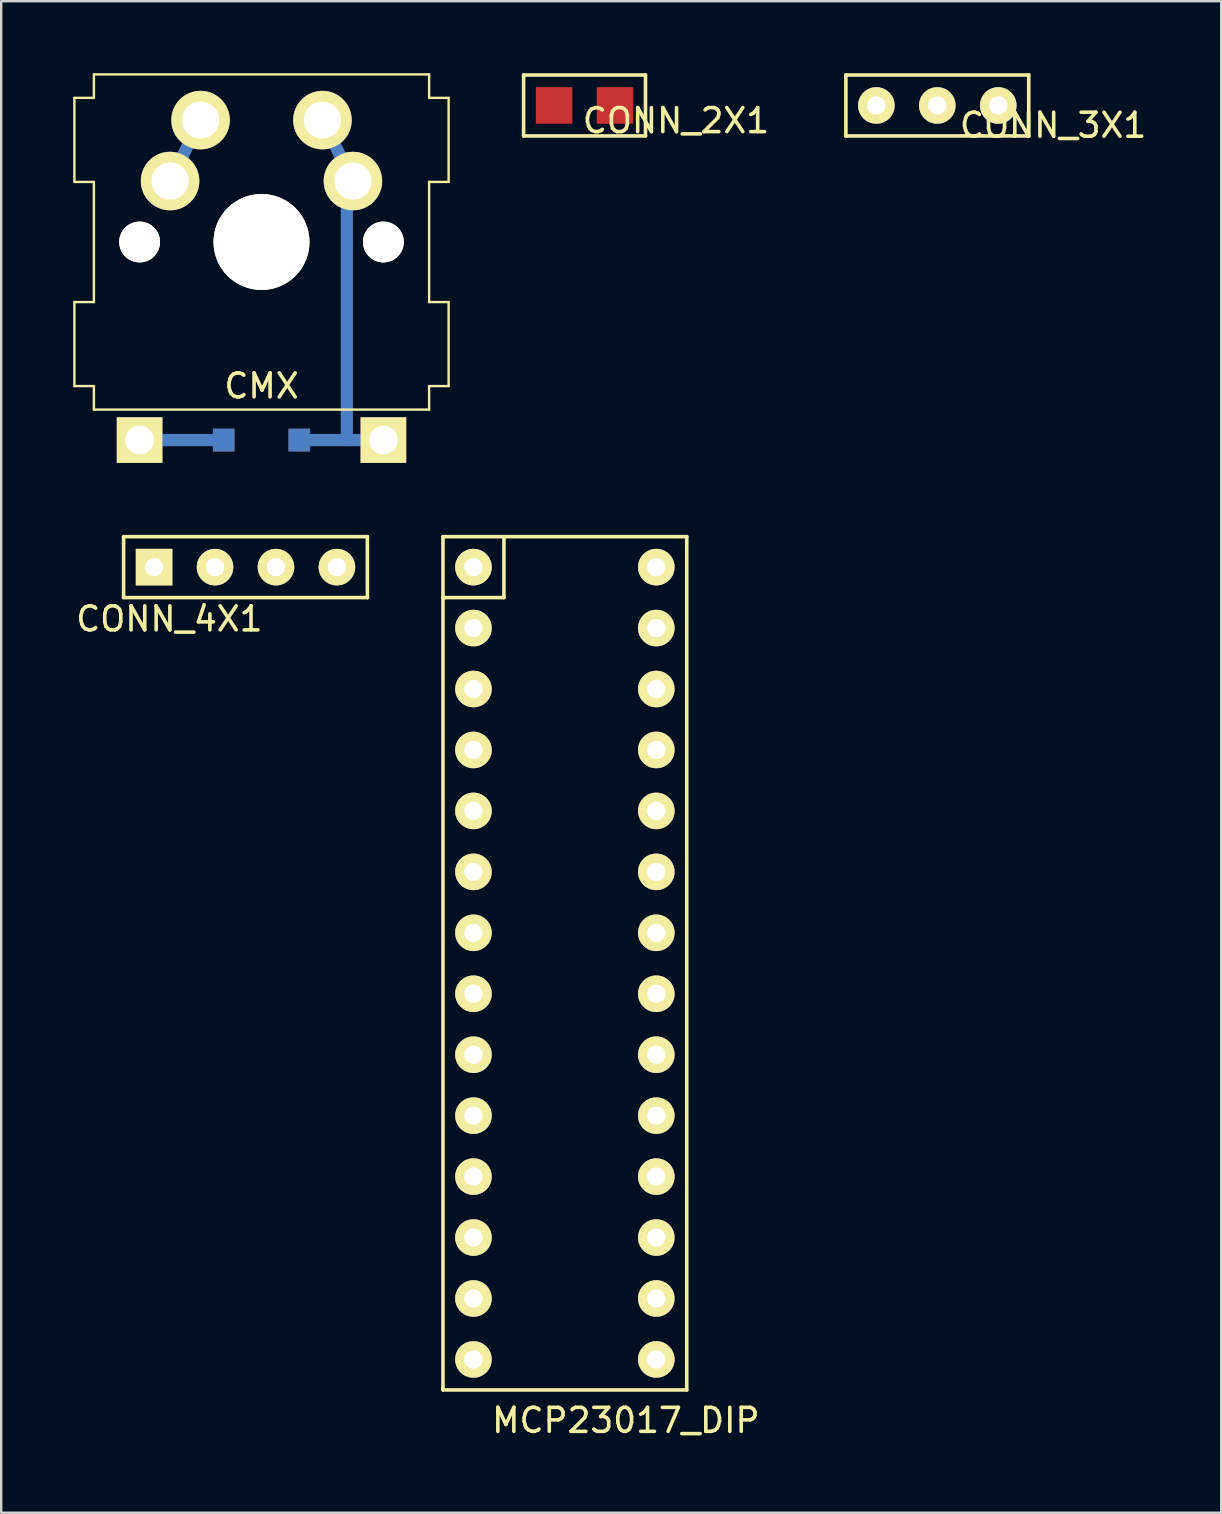
<source format=kicad_pcb>
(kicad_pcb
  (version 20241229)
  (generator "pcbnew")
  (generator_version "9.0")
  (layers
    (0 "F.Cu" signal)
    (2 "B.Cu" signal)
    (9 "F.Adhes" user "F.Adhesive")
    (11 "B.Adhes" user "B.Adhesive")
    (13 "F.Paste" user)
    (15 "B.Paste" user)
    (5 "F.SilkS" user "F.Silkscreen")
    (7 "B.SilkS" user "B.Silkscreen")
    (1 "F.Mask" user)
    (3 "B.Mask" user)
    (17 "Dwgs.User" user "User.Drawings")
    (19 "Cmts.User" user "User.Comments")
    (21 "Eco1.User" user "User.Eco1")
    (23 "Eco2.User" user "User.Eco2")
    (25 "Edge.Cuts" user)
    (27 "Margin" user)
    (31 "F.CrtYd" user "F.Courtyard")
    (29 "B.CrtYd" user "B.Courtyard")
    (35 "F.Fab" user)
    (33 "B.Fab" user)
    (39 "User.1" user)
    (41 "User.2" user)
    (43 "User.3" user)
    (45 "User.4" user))
  (footprint "CONN_4X1"
    (layer "F.Cu")
    (at 5.911 20.585)
    (property "Reference" "CONN_4X1" (at -1.905 2.159 0) (layer "F.SilkS") (effects (font (size 1 1) (thickness 0.15))))
    (attr through_hole)
    (fp_line (start -3.81 -1.27) (end -3.81 1.27) (stroke (width 0.15) (type solid)) (layer "F.SilkS"))
    (fp_line (start -3.81 1.27) (end 6.35 1.27) (stroke (width 0.15) (type solid)) (layer "F.SilkS"))
    (fp_line (start 6.35 -1.27) (end -3.81 -1.27) (stroke (width 0.15) (type solid)) (layer "F.SilkS"))
    (fp_line (start 6.35 1.27) (end 6.35 -1.27) (stroke (width 0.15) (type solid)) (layer "F.SilkS"))
    (pad "1" thru_hole rect (at -2.54 0) (size 1.524 1.524) (drill 0.762) (layers "*.Cu" "*.Mask" "F.SilkS"))
    (pad "2" thru_hole circle (at 0 0) (size 1.524 1.524) (drill 0.762) (layers "*.Cu" "*.Mask" "F.SilkS"))
    (pad "3" thru_hole circle (at 2.54 0) (size 1.524 1.524) (drill 0.762) (layers "*.Cu" "*.Mask" "F.SilkS"))
    (pad "4" thru_hole circle (at 5.08 0) (size 1.524 1.524) (drill 0.762) (layers "*.Cu" "*.Mask" "F.SilkS")))
  (footprint "MCP23017_DIP"
    (layer "F.Cu")
    (at 20.491 37.095)
    (property "Reference" "MCP23017_DIP" (at 2.54 19.05 180) (layer "F.SilkS") (effects (font (size 1 1) (thickness 0.15))))
    (attr through_hole)
    (fp_line (start -5.08 -17.78) (end -5.08 17.78) (stroke (width 0.15) (type solid)) (layer "F.SilkS"))
    (fp_line (start -5.08 -15.24) (end -2.54 -15.24) (stroke (width 0.15) (type solid)) (layer "F.SilkS"))
    (fp_line (start -5.08 17.78) (end 5.08 17.78) (stroke (width 0.15) (type solid)) (layer "F.SilkS"))
    (fp_line (start -2.54 -15.24) (end -2.54 -17.78) (stroke (width 0.15) (type solid)) (layer "F.SilkS"))
    (fp_line (start 5.08 -17.78) (end -5.08 -17.78) (stroke (width 0.15) (type solid)) (layer "F.SilkS"))
    (fp_line (start 5.08 17.78) (end 5.08 -17.78) (stroke (width 0.15) (type solid)) (layer "F.SilkS"))
    (pad "1" thru_hole circle (at -3.81 -16.51) (size 1.524 1.524) (drill 0.762) (layers "*.Cu" "*.Mask" "F.SilkS"))
    (pad "2" thru_hole circle (at -3.81 -13.97) (size 1.524 1.524) (drill 0.762) (layers "*.Cu" "*.Mask" "F.SilkS"))
    (pad "3" thru_hole circle (at -3.81 -11.43) (size 1.524 1.524) (drill 0.762) (layers "*.Cu" "*.Mask" "F.SilkS"))
    (pad "4" thru_hole circle (at -3.81 -8.89) (size 1.524 1.524) (drill 0.762) (layers "*.Cu" "*.Mask" "F.SilkS"))
    (pad "5" thru_hole circle (at -3.81 -6.35) (size 1.524 1.524) (drill 0.762) (layers "*.Cu" "*.Mask" "F.SilkS"))
    (pad "6" thru_hole circle (at -3.81 -3.81) (size 1.524 1.524) (drill 0.762) (layers "*.Cu" "*.Mask" "F.SilkS"))
    (pad "7" thru_hole circle (at -3.81 -1.27) (size 1.524 1.524) (drill 0.762) (layers "*.Cu" "*.Mask" "F.SilkS"))
    (pad "8" thru_hole circle (at -3.81 1.27) (size 1.524 1.524) (drill 0.762) (layers "*.Cu" "*.Mask" "F.SilkS"))
    (pad "9" thru_hole circle (at -3.81 3.81) (size 1.524 1.524) (drill 0.762) (layers "*.Cu" "*.Mask" "F.SilkS"))
    (pad "10" thru_hole circle (at -3.81 6.35) (size 1.524 1.524) (drill 0.762) (layers "*.Cu" "*.Mask" "F.SilkS"))
    (pad "11" thru_hole circle (at -3.81 8.89) (size 1.524 1.524) (drill 0.762) (layers "*.Cu" "*.Mask" "F.SilkS"))
    (pad "12" thru_hole circle (at -3.81 11.43) (size 1.524 1.524) (drill 0.762) (layers "*.Cu" "*.Mask" "F.SilkS"))
    (pad "13" thru_hole circle (at -3.81 13.97) (size 1.524 1.524) (drill 0.762) (layers "*.Cu" "*.Mask" "F.SilkS"))
    (pad "14" thru_hole circle (at -3.81 16.51) (size 1.524 1.524) (drill 0.762) (layers "*.Cu" "*.Mask" "F.SilkS"))
    (pad "15" thru_hole circle (at 3.81 16.51) (size 1.524 1.524) (drill 0.762) (layers "*.Cu" "*.Mask" "F.SilkS"))
    (pad "16" thru_hole circle (at 3.81 13.97) (size 1.524 1.524) (drill 0.762) (layers "*.Cu" "*.Mask" "F.SilkS"))
    (pad "17" thru_hole circle (at 3.81 11.43) (size 1.524 1.524) (drill 0.762) (layers "*.Cu" "*.Mask" "F.SilkS"))
    (pad "18" thru_hole circle (at 3.81 8.89) (size 1.524 1.524) (drill 0.762) (layers "*.Cu" "*.Mask" "F.SilkS"))
    (pad "19" thru_hole circle (at 3.81 6.35) (size 1.524 1.524) (drill 0.762) (layers "*.Cu" "*.Mask" "F.SilkS"))
    (pad "20" thru_hole circle (at 3.81 3.81) (size 1.524 1.524) (drill 0.762) (layers "*.Cu" "*.Mask" "F.SilkS"))
    (pad "21" thru_hole circle (at 3.81 1.27) (size 1.524 1.524) (drill 0.762) (layers "*.Cu" "*.Mask" "F.SilkS"))
    (pad "22" thru_hole circle (at 3.81 -1.27) (size 1.524 1.524) (drill 0.762) (layers "*.Cu" "*.Mask" "F.SilkS"))
    (pad "23" thru_hole circle (at 3.81 -3.81) (size 1.524 1.524) (drill 0.762) (layers "*.Cu" "*.Mask" "F.SilkS"))
    (pad "24" thru_hole circle (at 3.81 -6.35) (size 1.524 1.524) (drill 0.762) (layers "*.Cu" "*.Mask" "F.SilkS"))
    (pad "25" thru_hole circle (at 3.81 -8.89) (size 1.524 1.524) (drill 0.762) (layers "*.Cu" "*.Mask" "F.SilkS"))
    (pad "26" thru_hole circle (at 3.81 -11.43) (size 1.524 1.524) (drill 0.762) (layers "*.Cu" "*.Mask" "F.SilkS"))
    (pad "27" thru_hole circle (at 3.81 -13.97) (size 1.524 1.524) (drill 0.762) (layers "*.Cu" "*.Mask" "F.SilkS"))
    (pad "28" thru_hole circle (at 3.81 -16.51) (size 1.524 1.524) (drill 0.762) (layers "*.Cu" "*.Mask" "F.SilkS")))
  (footprint "CMX"
    (layer "F.Cu")
    (at 7.848 7.035)
    (property "Reference" "CMX" (at 0 6 0) (layer "F.SilkS") (effects (font (size 1 1) (thickness 0.15))))
    (attr through_hole)
    (fp_line (start -5.08 8.255) (end -1.905 8.255) (stroke (width 0.508) (type solid)) (layer "F.Cu"))
    (fp_line (start 5.08 8.255) (end 1.905 8.255) (stroke (width 0.508) (type solid)) (layer "F.Cu"))
    (fp_line (start -5.08 8.255) (end -1.905 8.255) (stroke (width 0.508) (type solid)) (layer "B.Cu"))
    (fp_line (start -2.54 -5.08) (end -3.81 -2.54) (stroke (width 0.508) (type solid)) (layer "B.Cu"))
    (fp_line (start 2.54 -5.08) (end 3.81 -2.54) (stroke (width 0.508) (type solid)) (layer "B.Cu"))
    (fp_line (start 3.556 -2.54) (end 3.556 8.255) (stroke (width 0.508) (type solid)) (layer "B.Cu"))
    (fp_line (start 5.08 8.255) (end 1.905 8.255) (stroke (width 0.508) (type solid)) (layer "B.Cu"))
    (fp_line (start -7.798 -6.005) (end -7.798 -2.504) (stroke (width 0.1) (type solid)) (layer "F.SilkS"))
    (fp_line (start -7.798 -2.504) (end -6.985 -2.504) (stroke (width 0.1) (type solid)) (layer "F.SilkS"))
    (fp_line (start -7.798 2.504) (end -7.798 6.005) (stroke (width 0.1) (type solid)) (layer "F.SilkS"))
    (fp_line (start -7.798 6.005) (end -6.985 6.005) (stroke (width 0.1) (type solid)) (layer "F.SilkS"))
    (fp_line (start -6.985 -6.985) (end -6.985 -6.005) (stroke (width 0.1) (type solid)) (layer "F.SilkS"))
    (fp_line (start -6.985 -6.005) (end -7.798 -6.005) (stroke (width 0.1) (type solid)) (layer "F.SilkS"))
    (fp_line (start -6.985 -2.504) (end -6.985 2.504) (stroke (width 0.1) (type solid)) (layer "F.SilkS"))
    (fp_line (start -6.985 2.504) (end -7.798 2.504) (stroke (width 0.1) (type solid)) (layer "F.SilkS"))
    (fp_line (start -6.985 6.005) (end -6.985 6.985) (stroke (width 0.1) (type solid)) (layer "F.SilkS"))
    (fp_line (start -6.985 6.985) (end 6.985 6.985) (stroke (width 0.1) (type solid)) (layer "F.SilkS"))
    (fp_line (start 6.985 -6.985) (end -6.985 -6.985) (stroke (width 0.1) (type solid)) (layer "F.SilkS"))
    (fp_line (start 6.985 -6.005) (end 6.985 -6.985) (stroke (width 0.1) (type solid)) (layer "F.SilkS"))
    (fp_line (start 6.985 -2.504) (end 7.798 -2.504) (stroke (width 0.1) (type solid)) (layer "F.SilkS"))
    (fp_line (start 6.985 2.504) (end 6.985 -2.504) (stroke (width 0.1) (type solid)) (layer "F.SilkS"))
    (fp_line (start 6.985 6.005) (end 7.798 6.005) (stroke (width 0.1) (type solid)) (layer "F.SilkS"))
    (fp_line (start 6.985 6.985) (end 6.985 6.005) (stroke (width 0.1) (type solid)) (layer "F.SilkS"))
    (fp_line (start 7.798 -6.005) (end 6.985 -6.005) (stroke (width 0.1) (type solid)) (layer "F.SilkS"))
    (fp_line (start 7.798 -2.504) (end 7.798 -6.005) (stroke (width 0.1) (type solid)) (layer "F.SilkS"))
    (fp_line (start 7.798 2.504) (end 6.985 2.504) (stroke (width 0.1) (type solid)) (layer "F.SilkS"))
    (fp_line (start 7.798 6.005) (end 7.798 2.504) (stroke (width 0.1) (type solid)) (layer "F.SilkS"))
    (pad "" np_thru_hole circle (at -5.08 0) (size 1.702 1.702) (drill 1.702) (layers "*.Cu" "*.Mask" "F.SilkS"))
    (pad "" thru_hole circle (at -3.81 -2.54) (size 2.438 2.438) (drill 1.549) (layers "*.Cu" "*.Mask" "F.SilkS"))
    (pad "" smd rect (at -1.575 8.255) (size 0.9 0.95) (layers "F.Cu" "F.Mask" "F.Paste"))
    (pad "" smd rect (at -1.575 8.255) (size 0.9 0.95) (layers "B.Cu" "B.Mask" "B.Paste"))
    (pad "" np_thru_hole circle (at 0 0) (size 4 4) (drill 4) (layers "*.Cu" "*.Mask" "F.SilkS"))
    (pad "" smd rect (at 1.575 8.255) (size 0.9 0.95) (layers "F.Cu" "F.Mask" "F.Paste"))
    (pad "" smd rect (at 1.575 8.255) (size 0.9 0.95) (layers "B.Cu" "B.Mask" "B.Paste"))
    (pad "" thru_hole circle (at 2.54 -5.08) (size 2.438 2.438) (drill 1.549) (layers "*.Cu" "*.Mask" "F.SilkS"))
    (pad "" thru_hole circle (at 3.81 -2.54) (size 2.438 2.438) (drill 1.549) (layers "*.Cu" "*.Mask" "F.SilkS"))
    (pad "" np_thru_hole circle (at 5.08 0) (size 1.702 1.702) (drill 1.702) (layers "*.Cu" "*.Mask" "F.SilkS"))
    (pad "" thru_hole rect (at 5.08 8.255) (size 1.9 1.9) (drill 1.2) (layers "*.Cu" "*.Mask" "F.SilkS"))
    (pad "1" thru_hole circle (at -2.54 -5.08) (size 2.438 2.438) (drill 1.549) (layers "*.Cu" "*.Mask" "F.SilkS"))
    (pad "2" thru_hole rect (at -5.08 8.255) (size 1.9 1.9) (drill 1.2) (layers "*.Cu" "*.Mask" "F.SilkS")))
  (footprint "CONN_3X1"
    (layer "F.Cu")
    (at 36.012 1.345)
    (property "Reference" "CONN_3X1" (at 4.826 0.826 0) (layer "F.SilkS") (effects (font (size 1 1) (thickness 0.15))))
    (attr through_hole)
    (fp_line (start -3.81 -1.27) (end -3.81 1.27) (stroke (width 0.15) (type solid)) (layer "F.SilkS"))
    (fp_line (start -3.81 1.27) (end 3.81 1.27) (stroke (width 0.15) (type solid)) (layer "F.SilkS"))
    (fp_line (start 3.81 -1.27) (end -3.81 -1.27) (stroke (width 0.15) (type solid)) (layer "F.SilkS"))
    (fp_line (start 3.81 1.27) (end 3.81 -1.27) (stroke (width 0.15) (type solid)) (layer "F.SilkS"))
    (pad "1" thru_hole circle (at -2.54 0) (size 1.524 1.524) (drill 0.762) (layers "*.Cu" "*.Mask" "F.SilkS"))
    (pad "2" thru_hole circle (at 0 0) (size 1.524 1.524) (drill 0.762) (layers "*.Cu" "*.Mask" "F.SilkS"))
    (pad "3" thru_hole circle (at 2.54 0) (size 1.524 1.524) (drill 0.762) (layers "*.Cu" "*.Mask" "F.SilkS")))
  (footprint "CONN_2X1"
    (layer "F.Cu")
    (at 22.581 1.345)
    (property "Reference" "CONN_2X1" (at 2.54 0.635 0) (layer "F.SilkS") (effects (font (size 1 1) (thickness 0.15))))
    (attr through_hole)
    (fp_line (start -3.81 -1.27) (end -3.81 1.27) (stroke (width 0.15) (type solid)) (layer "F.SilkS"))
    (fp_line (start -3.81 -1.27) (end 1.27 -1.27) (stroke (width 0.15) (type solid)) (layer "F.SilkS"))
    (fp_line (start 1.27 -1.27) (end 1.27 1.27) (stroke (width 0.15) (type solid)) (layer "F.SilkS"))
    (fp_line (start 1.27 1.27) (end -3.81 1.27) (stroke (width 0.15) (type solid)) (layer "F.SilkS"))
    (pad "1" smd rect (at -2.54 0) (size 1.524 1.524) (layers "F.Cu" "F.Mask" "F.Paste"))
    (pad "2" smd rect (at 0 0) (size 1.524 1.524) (layers "F.Cu" "F.Mask" "F.Paste")))
  (gr_rect
    (start -3 -3)
    (end 47.844 59.993)
    (stroke (width 0.1) (type default))
    (fill no)
    (layer "Edge.Cuts")))
</source>
